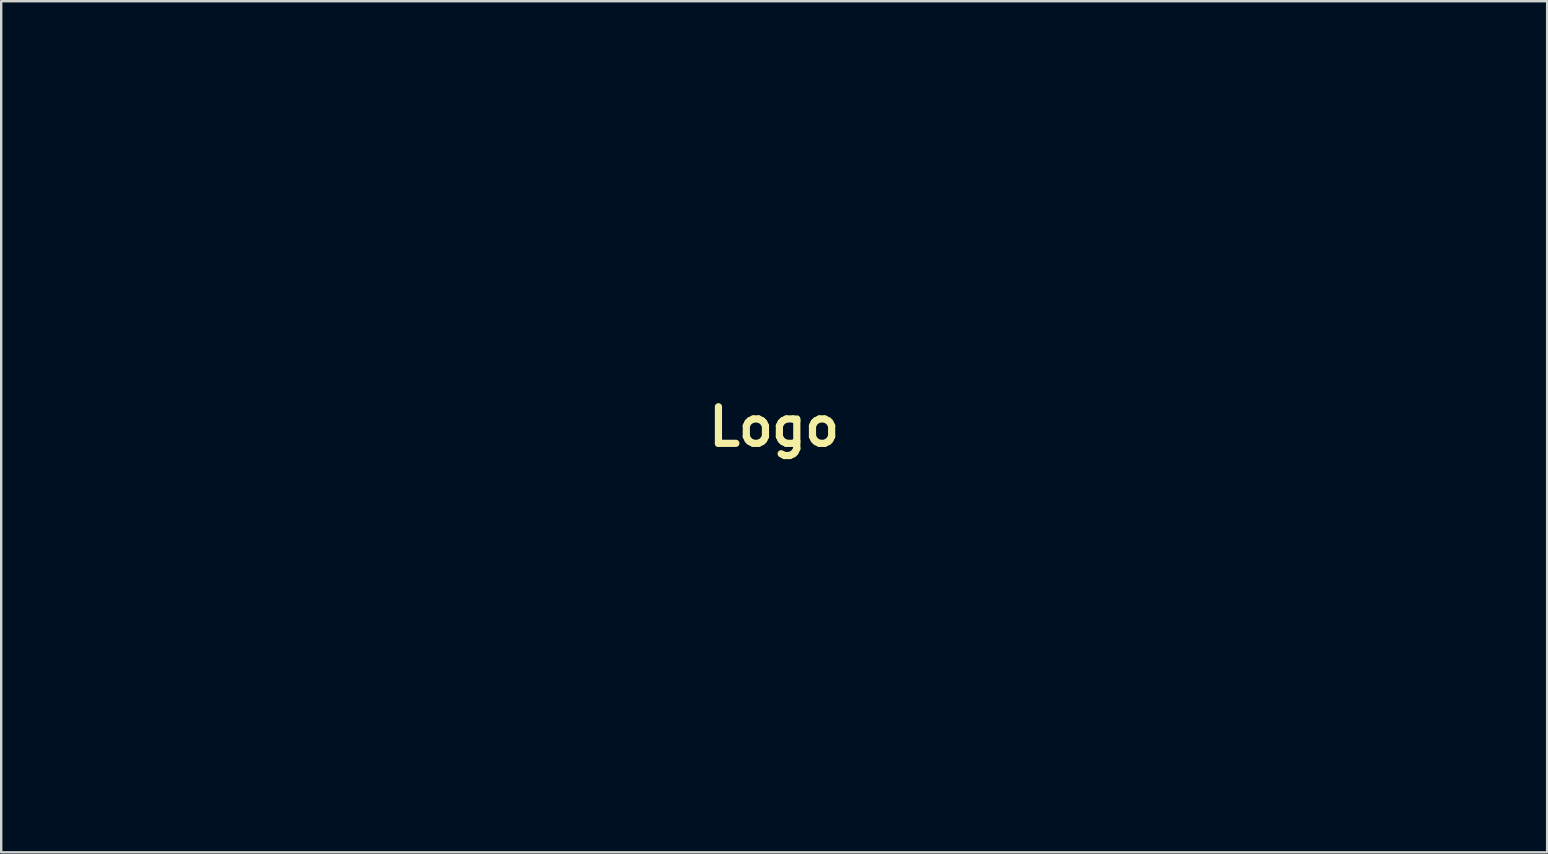
<source format=kicad_pcb>
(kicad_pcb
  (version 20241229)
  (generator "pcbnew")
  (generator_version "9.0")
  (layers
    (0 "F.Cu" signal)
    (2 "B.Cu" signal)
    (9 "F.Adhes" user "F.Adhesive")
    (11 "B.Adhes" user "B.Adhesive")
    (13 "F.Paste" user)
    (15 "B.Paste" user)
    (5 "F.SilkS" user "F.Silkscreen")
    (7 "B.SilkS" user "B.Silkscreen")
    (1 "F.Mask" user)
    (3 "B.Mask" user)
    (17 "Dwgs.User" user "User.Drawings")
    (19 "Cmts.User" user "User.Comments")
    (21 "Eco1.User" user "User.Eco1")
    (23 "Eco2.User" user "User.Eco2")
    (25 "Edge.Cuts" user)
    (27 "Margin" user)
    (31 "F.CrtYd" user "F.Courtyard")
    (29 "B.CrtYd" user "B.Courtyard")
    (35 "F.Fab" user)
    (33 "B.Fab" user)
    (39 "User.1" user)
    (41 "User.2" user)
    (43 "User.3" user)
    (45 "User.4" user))
  (footprint "Logo"
    (layer "F.Cu")
    (at 29.215 14.737)
    (property "Reference" "Logo" (at 0 0 0) (layer "F.SilkS") (effects (font (size 1.524 1.524) (thickness 0.3))))
    (attr through_hole)
    (fp_poly (pts (xy -7.705 10.88) (xy -7.747 10.922) (xy -7.789 10.88) (xy -7.747 10.837) (xy -7.705 10.88)) (stroke (width 0.01) (type solid)) (fill no) (layer "Eco2.User"))
    (fp_poly (pts (xy 2.286 10.541) (xy 2.244 10.583) (xy 2.201 10.541) (xy 2.244 10.499) (xy 2.286 10.541)) (stroke (width 0.01) (type solid)) (fill no) (layer "Eco2.User"))
    (fp_poly (pts (xy 12.531 10.795) (xy 12.488 10.837) (xy 12.446 10.795) (xy 12.488 10.753) (xy 12.531 10.795)) (stroke (width 0.01) (type solid)) (fill no) (layer "Eco2.User"))
    (fp_poly (pts (xy 20.828 12.573) (xy 20.786 12.615) (xy 20.743 12.573) (xy 20.786 12.531) (xy 20.828 12.573)) (stroke (width 0.01) (type solid)) (fill no) (layer "Eco2.User"))
    (fp_poly (pts (xy 21.844 10.626) (xy 21.802 10.668) (xy 21.759 10.626) (xy 21.802 10.583) (xy 21.844 10.626)) (stroke (width 0.01) (type solid)) (fill no) (layer "Eco2.User"))
    (fp_poly (pts (xy -5.278 0.79) (xy -5.267 0.891) (xy -5.278 0.903) (xy -5.328 0.891) (xy -5.334 0.847) (xy -5.303 0.777) (xy -5.278 0.79)) (stroke (width 0.01) (type solid)) (fill no) (layer "Eco2.User"))
    (fp_poly (pts (xy 29.21 14.732) (xy -29.21 14.732) (xy -29.21 12.911) (xy -24.734 12.911) (xy -24.653 13.03) (xy -24.541 13.129) (xy -24.453 13.151) (xy -24.363 13.178) (xy -24.348 13.198) (xy -24.236 13.242) (xy -24.001 13.259) (xy -23.69 13.251) (xy -23.346 13.223) (xy -23.014 13.178) (xy -22.738 13.119) (xy -22.579 13.06) (xy -22.365 12.929) (xy -22.257 12.849) (xy -20.151 12.849) (xy -20.083 12.953) (xy -19.919 13.085) (xy -19.718 13.203) (xy -19.54 13.269) (xy -19.535 13.269) (xy -19.379 13.303) (xy -19.328 13.325) (xy -19.233 13.337) (xy -19.069 13.326) (xy -18.811 13.3) (xy -18.557 13.278) (xy -18.354 13.247) (xy -18.24 13.198) (xy -18.237 13.194) (xy -18.137 13.163) (xy -18.074 13.178) (xy -17.963 13.164) (xy -17.942 13.111) (xy -17.927 12.934) (xy -17.914 12.811) (xy -17.918 12.742) (xy -16.002 12.742) (xy -15.96 12.785) (xy -15.917 12.742) (xy -15.96 12.7) (xy -16.002 12.742) (xy -17.918 12.742) (xy -17.921 12.681) (xy -18.008 12.687) (xy -18.043 12.705) (xy -18.184 12.737) (xy -18.454 12.762) (xy -18.813 12.779) (xy -19.171 12.785) (xy -19.556 12.79) (xy -19.87 12.804) (xy -20.079 12.825) (xy -20.151 12.849) (xy -22.257 12.849) (xy -22.207 12.813) (xy -22.199 12.806) (xy -22.06 12.715) (xy -22.002 12.7) (xy -21.957 12.648) (xy -21.971 12.615) (xy -21.965 12.537) (xy -21.935 12.531) (xy -21.84 12.456) (xy -21.738 12.266) (xy -21.651 12.013) (xy -21.598 11.751) (xy -21.59 11.631) (xy -21.612 11.44) (xy -21.666 11.347) (xy -21.675 11.345) (xy -21.75 11.298) (xy -21.75 11.282) (xy -21.773 11.105) (xy -21.858 10.933) (xy -21.967 10.84) (xy -21.986 10.837) (xy -22.066 10.794) (xy -22.056 10.753) (xy -22.06 10.708) (xy -20.066 10.708) (xy -20.06 10.811) (xy -20.019 10.875) (xy -19.909 10.908) (xy -19.698 10.92) (xy -19.351 10.922) (xy -19.344 10.922) (xy -18.979 10.928) (xy -18.75 10.949) (xy -18.624 10.991) (xy -18.568 11.061) (xy -18.541 11.24) (xy -18.631 11.366) (xy -18.854 11.447) (xy -19.223 11.49) (xy -19.376 11.497) (xy -20.066 11.522) (xy -20.066 12.101) (xy -19.198 12.129) (xy -18.838 12.142) (xy -18.55 12.155) (xy -18.371 12.167) (xy -18.329 12.174) (xy -18.328 12.15) (xy -18.203 12.15) (xy -18.161 12.192) (xy -18.119 12.15) (xy -18.161 12.107) (xy -18.203 12.15) (xy -18.328 12.15) (xy -18.327 12.113) (xy -18.323 11.94) (xy -18.322 11.917) (xy -18.31 11.54) (xy -18.297 11.388) (xy -18.203 11.388) (xy -18.161 11.43) (xy -18.119 11.388) (xy -18.161 11.345) (xy -16.341 11.345) (xy -16.31 11.415) (xy -16.284 11.402) (xy -16.282 11.384) (xy -16.153 11.384) (xy -16.12 11.457) (xy -16.007 11.611) (xy -15.949 11.681) (xy -15.812 11.863) (xy -15.785 11.969) (xy -15.84 12.029) (xy -15.825 12.067) (xy -15.652 12.092) (xy -15.332 12.105) (xy -15.193 12.106) (xy -14.733 12.093) (xy -14.425 12.053) (xy -14.262 11.988) (xy -14.155 11.896) (xy -14.184 11.836) (xy -14.31 11.775) (xy -14.465 11.725) (xy -14.724 11.657) (xy -15.046 11.582) (xy -15.388 11.508) (xy -15.71 11.444) (xy -15.97 11.398) (xy -16.127 11.38) (xy -16.153 11.384) (xy -16.282 11.384) (xy -16.274 11.301) (xy -16.284 11.289) (xy -16.335 11.301) (xy -16.341 11.345) (xy -18.161 11.345) (xy -18.203 11.388) (xy -18.297 11.388) (xy -18.29 11.3) (xy -18.253 11.162) (xy -18.193 11.094) (xy -18.128 11.069) (xy -18.015 10.989) (xy -17.954 10.799) (xy -17.938 10.657) (xy -17.935 10.623) (xy -15.986 10.623) (xy -15.961 10.683) (xy -15.832 10.744) (xy -15.66 10.799) (xy -15.369 10.873) (xy -15.007 10.954) (xy -14.774 11.002) (xy -14.371 11.087) (xy -14.096 11.164) (xy -13.908 11.247) (xy -13.767 11.353) (xy -13.695 11.428) (xy -13.507 11.706) (xy -13.481 11.96) (xy -13.619 12.211) (xy -13.76 12.351) (xy -13.986 12.526) (xy -14.215 12.64) (xy -14.494 12.705) (xy -14.867 12.734) (xy -15.165 12.739) (xy -15.489 12.743) (xy -15.675 12.757) (xy -15.753 12.792) (xy -15.753 12.859) (xy -15.722 12.935) (xy -15.586 13.101) (xy -15.458 13.168) (xy -15.031 13.259) (xy -14.725 13.304) (xy -14.502 13.306) (xy -14.357 13.279) (xy -14.17 13.243) (xy -14.068 13.251) (xy -14.068 13.251) (xy -13.979 13.24) (xy -13.914 13.197) (xy -13.819 13.146) (xy -13.801 13.165) (xy -13.746 13.176) (xy -13.611 13.104) (xy -13.442 12.98) (xy -13.284 12.838) (xy -13.208 12.749) (xy -13.191 12.716) (xy -11.619 12.716) (xy -11.511 12.727) (xy -11.375 12.713) (xy -11.197 12.681) (xy -11.141 12.647) (xy -11.158 12.637) (xy -11.224 12.575) (xy -11.169 12.48) (xy -11.149 12.44) (xy -9.433 12.44) (xy -9.225 12.662) (xy -8.868 12.933) (xy -8.405 13.125) (xy -7.884 13.229) (xy -7.353 13.239) (xy -6.86 13.147) (xy -6.69 13.082) (xy -6.404 12.87) (xy -6.332 12.742) (xy -4.911 12.742) (xy -4.868 12.785) (xy -4.826 12.742) (xy -4.868 12.7) (xy -4.911 12.742) (xy -6.332 12.742) (xy -6.234 12.57) (xy -6.19 12.244) (xy -4.679 12.244) (xy -4.667 12.53) (xy -4.635 12.689) (xy -4.593 12.739) (xy -4.389 12.738) (xy -4.227 12.605) (xy -4.188 12.522) (xy -4.115 12.411) (xy -4.058 12.407) (xy -3.984 12.407) (xy -3.979 12.387) (xy -3.916 12.293) (xy -3.808 12.21) (xy -3.642 12.16) (xy -3.441 12.209) (xy -3.186 12.369) (xy -2.854 12.65) (xy -2.74 12.757) (xy -2.44 12.955) (xy -2.118 13.031) (xy -1.82 12.98) (xy -1.63 12.848) (xy -1.627 12.844) (xy 0.086 12.844) (xy 0.101 12.919) (xy 0.225 13.021) (xy 0.407 13.122) (xy 0.599 13.192) (xy 0.699 13.206) (xy 0.867 13.236) (xy 0.931 13.298) (xy 0.974 13.357) (xy 0.995 13.35) (xy 1.108 13.319) (xy 1.333 13.279) (xy 1.524 13.252) (xy 1.802 13.217) (xy 2.018 13.192) (xy 2.095 13.185) (xy 2.167 13.156) (xy 2.16 13.138) (xy 2.169 13.048) (xy 2.212 12.983) (xy 2.225 12.96) (xy 4.335 12.96) (xy 4.429 13.088) (xy 4.487 13.122) (xy 4.668 13.21) (xy 4.784 13.268) (xy 4.954 13.325) (xy 5.038 13.325) (xy 5.165 13.301) (xy 5.399 13.274) (xy 5.57 13.259) (xy 5.847 13.221) (xy 6.057 13.166) (xy 6.181 13.166) (xy 6.223 13.208) (xy 6.265 13.166) (xy 6.223 13.123) (xy 6.181 13.166) (xy 6.057 13.166) (xy 6.062 13.164) (xy 6.133 13.128) (xy 6.269 13.051) (xy 6.32 13.045) (xy 6.469 13.03) (xy 6.642 12.97) (xy 6.759 12.894) (xy 6.773 12.865) (xy 6.843 12.787) (xy 6.944 12.742) (xy 7.06 12.669) (xy 7.063 12.64) (xy 12.544 12.64) (xy 12.565 12.687) (xy 12.65 12.778) (xy 12.655 12.776) (xy 12.865 12.776) (xy 12.909 12.891) (xy 13.043 12.966) (xy 13.06 12.969) (xy 13.299 12.982) (xy 13.541 12.962) (xy 13.727 12.918) (xy 13.801 12.86) (xy 13.872 12.808) (xy 14.035 12.786) (xy 14.215 12.797) (xy 14.337 12.842) (xy 14.339 12.844) (xy 14.522 12.928) (xy 14.859 12.969) (xy 15.002 12.973) (xy 15.302 12.917) (xy 15.528 12.765) (xy 15.539 12.742) (xy 23.199 12.742) (xy 23.241 12.785) (xy 23.283 12.742) (xy 23.241 12.7) (xy 23.199 12.742) (xy 15.539 12.742) (xy 15.581 12.658) (xy 17.611 12.658) (xy 17.653 12.7) (xy 17.695 12.658) (xy 17.681 12.644) (xy 17.808 12.644) (xy 17.82 12.694) (xy 17.865 12.7) (xy 17.934 12.669) (xy 17.921 12.644) (xy 17.821 12.633) (xy 17.808 12.644) (xy 17.681 12.644) (xy 17.653 12.615) (xy 17.611 12.658) (xy 15.581 12.658) (xy 15.633 12.554) (xy 15.701 12.397) (xy 15.787 12.28) (xy 15.885 12.135) (xy 15.902 12.054) (xy 15.916 11.933) (xy 15.978 11.729) (xy 15.994 11.684) (xy 15.999 11.666) (xy 17.695 11.666) (xy 17.698 12.047) (xy 17.71 12.29) (xy 17.737 12.427) (xy 17.787 12.489) (xy 17.864 12.507) (xy 17.865 12.507) (xy 18.012 12.46) (xy 18.034 12.404) (xy 20.534 12.404) (xy 20.574 12.603) (xy 20.69 12.685) (xy 20.834 12.633) (xy 20.857 12.603) (xy 23.417 12.603) (xy 23.422 12.704) (xy 23.525 12.758) (xy 23.61 12.742) (xy 25.823 12.742) (xy 25.866 12.785) (xy 25.908 12.742) (xy 25.866 12.7) (xy 25.823 12.742) (xy 23.61 12.742) (xy 23.717 12.722) (xy 23.956 12.61) (xy 24.088 12.517) (xy 26.055 12.517) (xy 26.06 12.634) (xy 26.061 12.636) (xy 26.16 12.7) (xy 26.305 12.684) (xy 26.407 12.607) (xy 26.416 12.57) (xy 26.456 12.488) (xy 26.501 12.488) (xy 26.543 12.531) (xy 26.585 12.488) (xy 26.543 12.446) (xy 26.501 12.488) (xy 26.456 12.488) (xy 26.484 12.429) (xy 26.543 12.392) (xy 26.61 12.325) (xy 26.65 12.167) (xy 26.668 11.889) (xy 26.67 11.672) (xy 26.662 11.314) (xy 26.635 11.093) (xy 26.584 10.98) (xy 26.543 10.953) (xy 26.43 10.846) (xy 26.416 10.786) (xy 26.348 10.682) (xy 26.289 10.668) (xy 26.166 10.61) (xy 26.145 10.562) (xy 26.135 10.6) (xy 26.12 10.779) (xy 26.103 11.072) (xy 26.084 11.45) (xy 26.081 11.515) (xy 26.066 11.923) (xy 26.057 12.268) (xy 26.055 12.517) (xy 24.088 12.517) (xy 24.192 12.443) (xy 24.553 12.21) (xy 24.917 12.114) (xy 25.25 12.161) (xy 25.316 12.192) (xy 25.419 12.233) (xy 25.468 12.188) (xy 25.484 12.023) (xy 25.485 11.899) (xy 25.485 11.515) (xy 23.467 11.515) (xy 23.435 12.086) (xy 23.421 12.381) (xy 23.417 12.603) (xy 20.857 12.603) (xy 20.914 12.529) (xy 20.966 12.361) (xy 20.954 12.275) (xy 20.964 12.198) (xy 20.996 12.192) (xy 21.073 12.127) (xy 21.074 12.086) (xy 21.081 11.929) (xy 21.12 11.723) (xy 21.176 11.536) (xy 21.231 11.434) (xy 21.241 11.43) (xy 21.308 11.361) (xy 21.399 11.193) (xy 21.407 11.176) (xy 21.504 11.016) (xy 21.59 10.966) (xy 21.597 10.969) (xy 21.663 10.945) (xy 21.667 10.922) (xy 23.453 10.922) (xy 24.024 10.909) (xy 24.198 10.902) (xy 25.267 10.902) (xy 25.351 10.915) (xy 25.46 10.9) (xy 25.462 10.871) (xy 25.348 10.851) (xy 25.299 10.864) (xy 25.267 10.902) (xy 24.198 10.902) (xy 24.267 10.899) (xy 24.387 10.882) (xy 24.361 10.864) (xy 24.342 10.86) (xy 24.133 10.81) (xy 24.007 10.746) (xy 23.864 10.683) (xy 23.738 10.668) (xy 23.569 10.608) (xy 23.511 10.52) (xy 23.483 10.49) (xy 23.465 10.605) (xy 23.462 10.647) (xy 23.453 10.922) (xy 21.667 10.922) (xy 21.675 10.88) (xy 21.712 10.786) (xy 21.753 10.791) (xy 21.853 10.791) (xy 21.901 10.694) (xy 21.866 10.573) (xy 21.854 10.559) (xy 21.771 10.438) (xy 21.775 10.363) (xy 21.857 10.38) (xy 21.918 10.393) (xy 21.908 10.364) (xy 21.806 10.33) (xy 21.581 10.312) (xy 21.277 10.313) (xy 21.217 10.315) (xy 20.574 10.343) (xy 20.56 11.289) (xy 20.553 11.688) (xy 20.545 12.037) (xy 20.539 12.293) (xy 20.534 12.404) (xy 18.034 12.404) (xy 18.045 12.377) (xy 18.051 12.184) (xy 18.05 12) (xy 18.074 11.834) (xy 18.146 11.822) (xy 18.194 11.832) (xy 18.14 11.764) (xy 18.053 11.636) (xy 18.04 11.547) (xy 18.107 11.55) (xy 18.11 11.552) (xy 18.199 11.529) (xy 18.234 11.472) (xy 18.233 11.363) (xy 18.196 11.345) (xy 18.143 11.297) (xy 18.152 11.274) (xy 18.143 11.153) (xy 18.047 10.997) (xy 17.912 10.872) (xy 17.818 10.837) (xy 17.76 10.869) (xy 17.723 10.983) (xy 17.703 11.206) (xy 17.696 11.565) (xy 17.695 11.666) (xy 15.999 11.666) (xy 16.103 11.315) (xy 16.127 11.013) (xy 16.067 10.809) (xy 16.008 10.756) (xy 15.845 10.718) (xy 15.775 10.737) (xy 15.704 10.832) (xy 15.577 11.047) (xy 15.411 11.352) (xy 15.224 11.715) (xy 15.211 11.741) (xy 15.024 12.106) (xy 14.858 12.414) (xy 14.731 12.633) (xy 14.66 12.734) (xy 14.658 12.736) (xy 14.534 12.761) (xy 14.397 12.674) (xy 14.232 12.462) (xy 14.025 12.107) (xy 13.998 12.057) (xy 13.657 11.42) (xy 13.334 12.039) (xy 13.177 12.328) (xy 13.042 12.552) (xy 12.954 12.675) (xy 12.94 12.686) (xy 12.865 12.776) (xy 12.655 12.776) (xy 12.699 12.759) (xy 12.7 12.747) (xy 12.64 12.676) (xy 12.602 12.65) (xy 12.544 12.64) (xy 7.063 12.64) (xy 7.066 12.609) (xy 7.066 12.535) (xy 7.086 12.53) (xy 7.138 12.488) (xy 12.446 12.488) (xy 12.488 12.531) (xy 12.531 12.488) (xy 12.488 12.446) (xy 12.446 12.488) (xy 7.138 12.488) (xy 7.181 12.454) (xy 7.245 12.319) (xy 12.361 12.319) (xy 12.404 12.361) (xy 12.446 12.319) (xy 12.404 12.277) (xy 12.361 12.319) (xy 7.245 12.319) (xy 7.272 12.262) (xy 7.302 12.15) (xy 12.277 12.15) (xy 12.319 12.192) (xy 12.361 12.15) (xy 12.319 12.107) (xy 12.277 12.15) (xy 7.302 12.15) (xy 7.34 12.007) (xy 7.343 11.98) (xy 12.192 11.98) (xy 12.234 12.023) (xy 12.277 11.98) (xy 12.234 11.938) (xy 12.192 11.98) (xy 7.343 11.98) (xy 7.366 11.749) (xy 7.288 11.27) (xy 7.068 10.848) (xy 6.947 10.715) (xy 12.438 10.715) (xy 12.439 10.803) (xy 12.497 10.986) (xy 12.589 11.209) (xy 12.693 11.421) (xy 12.784 11.566) (xy 12.826 11.599) (xy 12.886 11.532) (xy 12.983 11.366) (xy 13.005 11.324) (xy 13.081 11.161) (xy 13.091 11.122) (xy 14.241 11.122) (xy 14.376 11.404) (xy 14.476 11.581) (xy 14.556 11.608) (xy 14.644 11.481) (xy 14.704 11.345) (xy 14.751 11.201) (xy 14.699 11.142) (xy 14.517 11.128) (xy 14.241 11.122) (xy 13.091 11.122) (xy 13.097 11.096) (xy 13.089 11.101) (xy 12.999 11.082) (xy 12.841 10.971) (xy 12.773 10.911) (xy 12.597 10.771) (xy 12.465 10.711) (xy 12.438 10.715) (xy 6.947 10.715) (xy 6.906 10.67) (xy 6.767 10.541) (xy 15.748 10.541) (xy 15.79 10.583) (xy 15.833 10.541) (xy 15.829 10.537) (xy 19.578 10.537) (xy 19.631 10.739) (xy 19.782 10.889) (xy 19.875 10.919) (xy 19.89 10.848) (xy 19.897 10.67) (xy 19.897 10.663) (xy 19.874 10.494) (xy 19.815 10.455) (xy 19.812 10.456) (xy 19.734 10.45) (xy 19.727 10.419) (xy 19.699 10.325) (xy 19.639 10.354) (xy 19.587 10.476) (xy 19.578 10.537) (xy 15.829 10.537) (xy 15.79 10.499) (xy 15.748 10.541) (xy 6.767 10.541) (xy 6.678 10.459) (xy 6.81 10.712) (xy 6.926 11.106) (xy 6.896 11.523) (xy 6.732 11.925) (xy 6.446 12.274) (xy 6.266 12.413) (xy 5.948 12.56) (xy 5.503 12.677) (xy 4.974 12.754) (xy 4.502 12.781) (xy 4.36 12.837) (xy 4.335 12.96) (xy 2.225 12.96) (xy 2.25 12.912) (xy 4.149 12.912) (xy 4.191 12.954) (xy 4.233 12.912) (xy 4.191 12.869) (xy 4.149 12.912) (xy 2.25 12.912) (xy 2.262 12.889) (xy 2.207 12.869) (xy 2.144 12.823) (xy 2.154 12.793) (xy 2.092 12.771) (xy 1.899 12.759) (xy 1.614 12.756) (xy 1.273 12.759) (xy 0.917 12.77) (xy 0.582 12.785) (xy 0.306 12.805) (xy 0.129 12.829) (xy 0.086 12.844) (xy -1.627 12.844) (xy -1.54 12.725) (xy -1.486 12.568) (xy -1.478 12.488) (xy 2.286 12.488) (xy 2.328 12.531) (xy 2.371 12.488) (xy 2.328 12.446) (xy 2.286 12.488) (xy -1.478 12.488) (xy -1.461 12.332) (xy -1.454 11.972) (xy -1.454 11.959) (xy -1.474 11.512) (xy -1.528 11.16) (xy -1.609 10.927) (xy -1.714 10.838) (xy -1.719 10.838) (xy -1.75 10.784) (xy -1.736 10.753) (xy -1.762 10.686) (xy -1.858 10.668) (xy -1.934 10.678) (xy -1.984 10.727) (xy -2.013 10.844) (xy -2.027 11.06) (xy -2.032 11.403) (xy -2.032 11.593) (xy -2.037 12.031) (xy -2.056 12.33) (xy -2.092 12.521) (xy -2.149 12.634) (xy -2.165 12.651) (xy -2.237 12.711) (xy -2.316 12.733) (xy -2.421 12.703) (xy -2.571 12.611) (xy -2.786 12.443) (xy -3.085 12.188) (xy -3.488 11.833) (xy -3.555 11.773) (xy -3.893 11.477) (xy -4.187 11.226) (xy -4.415 11.039) (xy -4.552 10.936) (xy -4.58 10.922) (xy -4.609 11.001) (xy -4.637 11.214) (xy -4.66 11.526) (xy -4.672 11.81) (xy -4.679 12.244) (xy -6.19 12.244) (xy -6.188 12.229) (xy -6.277 11.892) (xy -6.392 11.718) (xy -6.534 11.538) (xy -6.614 11.404) (xy -6.619 11.388) (xy -6.633 11.42) (xy -6.655 11.585) (xy -6.682 11.848) (xy -6.682 11.853) (xy -6.713 12.152) (xy -6.758 12.331) (xy -6.843 12.442) (xy -6.995 12.532) (xy -7.06 12.564) (xy -7.393 12.668) (xy -7.825 12.723) (xy -8.294 12.728) (xy -8.737 12.682) (xy -9.091 12.587) (xy -9.098 12.584) (xy -9.433 12.44) (xy -11.149 12.44) (xy -11.12 12.382) (xy -11.144 12.36) (xy -11.159 12.325) (xy -11.152 12.319) (xy -9.652 12.319) (xy -9.61 12.361) (xy -9.567 12.319) (xy -9.61 12.277) (xy -9.652 12.319) (xy -11.152 12.319) (xy -11.124 12.297) (xy -11.047 12.164) (xy -10.998 11.927) (xy -10.981 11.649) (xy -10.999 11.394) (xy -11.018 11.337) (xy -9.454 11.337) (xy -9.335 11.62) (xy -9.066 11.866) (xy -8.945 11.933) (xy -8.706 12.037) (xy -8.515 12.096) (xy -8.467 12.101) (xy -8.382 12.088) (xy -8.432 12.057) (xy -7.737 12.057) (xy -7.72 12.104) (xy -7.682 12.107) (xy -7.482 12.077) (xy -7.415 12.056) (xy -7.314 11.967) (xy -7.28 11.847) (xy -7.329 11.772) (xy -7.353 11.769) (xy -7.462 11.819) (xy -7.62 11.938) (xy -7.737 12.057) (xy -8.432 12.057) (xy -8.455 12.043) (xy -8.467 12.038) (xy -8.554 11.931) (xy -8.6 11.753) (xy -8.599 11.57) (xy -8.548 11.447) (xy -8.504 11.43) (xy -8.391 11.36) (xy -8.342 11.268) (xy -8.309 11.218) (xy -8.128 11.218) (xy -8.086 11.261) (xy -8.043 11.218) (xy -8.086 11.176) (xy -8.128 11.218) (xy -8.309 11.218) (xy -8.238 11.111) (xy -8.09 11.043) (xy -7.961 11.089) (xy -7.946 11.11) (xy -7.886 11.162) (xy -7.875 11.124) (xy -7.863 11.116) (xy -6.844 11.116) (xy -6.824 11.163) (xy -6.739 11.254) (xy -6.689 11.235) (xy -6.689 11.223) (xy -6.749 11.152) (xy -6.786 11.126) (xy -6.844 11.116) (xy -7.863 11.116) (xy -7.794 11.067) (xy -7.565 11.04) (xy -7.388 11.039) (xy -6.901 11.049) (xy -6.893 10.643) (xy -6.898 10.493) (xy -3.968 10.493) (xy -3.864 10.611) (xy -3.673 10.803) (xy -3.471 10.996) (xy -3.2 11.245) (xy -2.972 11.443) (xy -2.817 11.567) (xy -2.767 11.596) (xy -2.723 11.528) (xy -2.725 11.409) (xy -2.825 11.235) (xy -2.966 11.177) (xy -3.153 11.095) (xy -3.387 10.935) (xy -3.502 10.837) (xy -3.717 10.652) (xy -3.9 10.511) (xy -3.966 10.47) (xy -3.968 10.493) (xy -6.898 10.493) (xy -6.9 10.431) (xy -6.9 10.431) (xy 0.169 10.431) (xy 0.169 10.922) (xy 0.836 10.922) (xy 1.276 10.944) (xy 1.557 11.011) (xy 1.684 11.127) (xy 1.66 11.292) (xy 1.637 11.331) (xy 1.548 11.407) (xy 1.375 11.457) (xy 1.084 11.486) (xy 0.859 11.497) (xy 0.169 11.522) (xy 0.169 12.101) (xy 0.995 12.129) (xy 1.357 12.142) (xy 1.658 12.156) (xy 1.854 12.168) (xy 1.905 12.173) (xy 1.942 12.159) (xy 1.905 12.127) (xy 1.891 12.107) (xy 4.312 12.107) (xy 4.887 12.096) (xy 5.142 12.086) (xy 5.286 12.07) (xy 5.29 12.051) (xy 5.279 12.049) (xy 5.11 11.95) (xy 5.053 11.737) (xy 5.087 11.472) (xy 5.13 11.335) (xy 5.158 11.333) (xy 5.16 11.345) (xy 5.193 11.389) (xy 5.252 11.282) (xy 5.397 11.124) (xy 5.634 11.07) (xy 5.923 11.123) (xy 6.164 11.243) (xy 6.308 11.33) (xy 6.344 11.306) (xy 6.309 11.172) (xy 6.152 10.856) (xy 5.89 10.629) (xy 5.506 10.482) (xy 4.984 10.406) (xy 4.868 10.398) (xy 4.36 10.372) (xy 4.336 11.239) (xy 4.312 12.107) (xy 1.891 12.107) (xy 1.834 12.029) (xy 1.793 11.899) (xy 1.797 11.803) (xy 1.842 11.798) (xy 1.887 11.757) (xy 1.903 11.595) (xy 1.902 11.552) (xy 1.912 11.359) (xy 1.955 11.263) (xy 1.965 11.261) (xy 2.006 11.209) (xy 1.995 11.185) (xy 2.018 11.095) (xy 2.075 11.061) (xy 2.182 10.945) (xy 2.201 10.854) (xy 2.229 10.692) (xy 2.258 10.639) (xy 2.31 10.527) (xy 2.325 10.379) (xy 2.304 10.26) (xy 2.251 10.237) (xy 2.246 10.24) (xy 2.131 10.272) (xy 1.884 10.308) (xy 1.542 10.342) (xy 1.164 10.37) (xy 0.169 10.431) (xy -6.9 10.431) (xy -6.927 10.331) (xy -6.95 10.342) (xy -7.052 10.396) (xy -7.285 10.424) (xy -7.665 10.428) (xy -7.779 10.425) (xy -8.204 10.422) (xy -8.514 10.447) (xy -8.762 10.507) (xy -8.914 10.566) (xy -9.242 10.781) (xy -9.423 11.047) (xy -9.454 11.337) (xy -11.018 11.337) (xy -11.056 11.226) (xy -11.067 11.213) (xy -11.136 11.115) (xy -11.084 11.091) (xy -11.044 11.046) (xy -11.121 10.936) (xy -11.206 10.798) (xy -11.2 10.72) (xy -11.209 10.693) (xy -11.278 10.712) (xy -11.397 10.704) (xy -11.455 10.569) (xy -11.469 10.573) (xy -11.479 10.723) (xy -11.484 10.993) (xy -11.484 11.359) (xy -11.483 11.472) (xy -11.483 11.96) (xy -11.495 12.302) (xy -11.522 12.52) (xy -11.564 12.638) (xy -11.587 12.663) (xy -11.619 12.716) (xy -13.191 12.716) (xy -13.097 12.532) (xy -13.083 12.294) (xy -13.17 11.998) (xy -13.338 11.653) (xy -13.472 11.383) (xy -13.554 11.171) (xy -13.569 11.059) (xy -13.566 11.054) (xy -13.527 10.938) (xy -13.501 10.719) (xy -13.497 10.614) (xy -13.505 10.41) (xy -13.534 10.328) (xy -13.555 10.343) (xy -13.636 10.391) (xy -13.822 10.42) (xy -14.133 10.432) (xy -14.59 10.428) (xy -14.664 10.426) (xy -15.136 10.42) (xy -15.469 10.429) (xy -15.691 10.455) (xy -15.831 10.501) (xy -15.874 10.528) (xy -15.986 10.623) (xy -17.935 10.623) (xy -17.928 10.541) (xy -17.865 10.541) (xy -17.822 10.583) (xy -17.78 10.541) (xy -17.822 10.499) (xy -17.865 10.541) (xy -17.928 10.541) (xy -17.907 10.287) (xy -18.881 10.355) (xy -19.277 10.385) (xy -19.615 10.415) (xy -19.857 10.441) (xy -19.96 10.458) (xy -20.04 10.56) (xy -20.066 10.708) (xy -22.06 10.708) (xy -22.062 10.675) (xy -22.093 10.668) (xy -22.158 10.672) (xy -22.175 10.714) (xy -22.145 10.844) (xy -22.104 10.984) (xy -22.076 11.371) (xy -22.192 11.766) (xy -22.431 12.131) (xy -22.774 12.431) (xy -22.934 12.523) (xy -23.187 12.61) (xy -23.548 12.685) (xy -23.953 12.734) (xy -24.286 12.765) (xy -24.554 12.797) (xy -24.712 12.825) (xy -24.733 12.833) (xy -24.734 12.911) (xy -29.21 12.911) (xy -29.21 11.261) (xy -24.638 11.261) (xy -24.638 12.107) (xy -23.975 12.107) (xy -23.978 12.065) (xy -23.791 12.065) (xy -23.749 12.107) (xy -23.707 12.065) (xy -23.749 12.023) (xy -23.791 12.065) (xy -23.978 12.065) (xy -24.001 11.776) (xy -23.995 11.524) (xy -23.924 11.388) (xy -23.876 11.388) (xy -23.834 11.43) (xy -23.791 11.388) (xy -23.834 11.345) (xy -23.876 11.388) (xy -23.924 11.388) (xy -23.904 11.348) (xy -23.81 11.255) (xy -23.504 11.072) (xy -23.205 11.046) (xy -22.936 11.18) (xy -22.897 11.216) (xy -22.691 11.422) (xy -22.691 11.227) (xy -22.759 11.01) (xy -22.932 10.776) (xy -23.161 10.581) (xy -23.304 10.507) (xy -23.492 10.465) (xy -23.558 10.456) (xy -22.352 10.456) (xy -22.31 10.499) (xy -22.267 10.456) (xy -22.31 10.414) (xy -22.352 10.456) (xy -23.558 10.456) (xy -23.782 10.429) (xy -24.107 10.404) (xy -24.4 10.397) (xy -24.532 10.403) (xy -24.585 10.463) (xy -24.618 10.642) (xy -24.635 10.958) (xy -24.638 11.261) (xy -29.21 11.261) (xy -29.21 9.779) (xy -23.707 9.779) (xy -23.664 9.821) (xy -23.622 9.779) (xy -23.664 9.737) (xy -23.707 9.779) (xy -29.21 9.779) (xy -29.21 8.424) (xy -24.826 8.424) (xy -24.669 8.612) (xy -24.612 8.683) (xy -24.56 8.745) (xy -24.504 8.8) (xy -24.434 8.849) (xy -24.339 8.89) (xy -24.21 8.926) (xy -24.039 8.957) (xy -23.814 8.982) (xy -23.526 9.002) (xy -23.166 9.018) (xy -22.723 9.03) (xy -22.189 9.039) (xy -21.553 9.044) (xy -20.806 9.047) (xy -19.938 9.048) (xy -18.94 9.047) (xy -17.801 9.045) (xy -16.512 9.042) (xy -15.065 9.038) (xy -13.637 9.035) (xy -12.369 9.031) (xy -11.25 9.028) (xy -10.273 9.024) (xy -9.426 9.019) (xy -8.7 9.014) (xy -8.087 9.008) (xy -7.575 9.001) (xy -7.155 8.992) (xy -6.818 8.983) (xy -6.555 8.971) (xy -6.354 8.958) (xy -6.208 8.943) (xy -6.106 8.926) (xy -6.039 8.906) (xy -5.997 8.884) (xy -5.978 8.869) (xy -5.84 8.755) (xy -5.764 8.721) (xy -5.692 8.651) (xy -5.59 8.476) (xy -5.553 8.399) (xy -5.502 8.257) (xy -5.463 8.075) (xy -5.434 7.827) (xy -5.414 7.489) (xy -5.401 7.034) (xy -5.393 6.438) (xy -5.392 6.367) (xy -5.384 5.85) (xy -5.371 5.395) (xy -5.354 5.029) (xy -5.334 4.776) (xy -5.313 4.661) (xy -5.308 4.657) (xy -5.281 4.601) (xy -5.304 4.553) (xy -5.327 4.43) (xy -5.327 4.424) (xy -3.396 4.424) (xy -3.326 4.539) (xy -3.331 4.572) (xy -3.308 4.628) (xy -3.196 4.774) (xy -3.067 4.924) (xy -2.696 5.328) (xy -2.396 5.637) (xy -2.176 5.84) (xy -2.05 5.925) (xy -2.038 5.927) (xy -1.918 5.98) (xy -1.844 6.042) (xy -1.718 6.137) (xy -1.488 6.285) (xy -1.199 6.458) (xy -1.13 6.497) (xy -0.555 6.766) (xy 0.089 6.955) (xy 0.847 7.075) (xy 0.883 7.079) (xy 1.101 7.108) (xy 1.232 7.137) (xy 1.245 7.143) (xy 1.339 7.154) (xy 1.562 7.153) (xy 1.869 7.142) (xy 2.221 7.123) (xy 2.576 7.097) (xy 2.794 7.077) (xy 3.019 7.051) (xy 3.257 7.012) (xy 3.556 6.953) (xy 3.963 6.865) (xy 4.066 6.843) (xy 4.232 6.763) (xy 4.301 6.71) (xy 4.467 6.617) (xy 4.544 6.604) (xy 4.697 6.557) (xy 4.898 6.444) (xy 4.919 6.429) (xy 5.079 6.328) (xy 5.161 6.302) (xy 5.165 6.308) (xy 5.223 6.286) (xy 5.377 6.176) (xy 5.593 6.001) (xy 5.609 5.987) (xy 5.853 5.789) (xy 6.017 5.686) (xy 6.148 5.661) (xy 6.291 5.693) (xy 6.304 5.697) (xy 6.463 5.782) (xy 6.698 5.941) (xy 6.973 6.146) (xy 7.248 6.365) (xy 7.485 6.568) (xy 7.646 6.726) (xy 7.691 6.788) (xy 7.771 6.825) (xy 7.787 6.817) (xy 7.897 6.82) (xy 8.116 6.869) (xy 8.343 6.937) (xy 8.76 7.033) (xy 9.264 7.087) (xy 9.795 7.099) (xy 10.294 7.067) (xy 10.702 6.991) (xy 10.765 6.971) (xy 11.022 6.891) (xy 11.231 6.84) (xy 11.282 6.833) (xy 11.408 6.791) (xy 11.43 6.753) (xy 11.504 6.712) (xy 11.686 6.701) (xy 11.726 6.703) (xy 11.922 6.731) (xy 12.02 6.772) (xy 12.023 6.78) (xy 12.103 6.832) (xy 12.328 6.878) (xy 12.672 6.915) (xy 13.111 6.94) (xy 13.62 6.952) (xy 13.928 6.952) (xy 14.944 6.943) (xy 15.492 6.355) (xy 15.473 5.125) (xy 17 5.125) (xy 17.187 5.442) (xy 17.357 5.673) (xy 17.603 5.941) (xy 17.887 6.21) (xy 18.168 6.444) (xy 18.407 6.606) (xy 18.521 6.657) (xy 18.669 6.724) (xy 18.711 6.783) (xy 18.782 6.849) (xy 18.86 6.863) (xy 19.037 6.894) (xy 19.274 6.964) (xy 19.304 6.974) (xy 19.507 7.019) (xy 19.813 7.054) (xy 20.177 7.078) (xy 20.557 7.09) (xy 20.91 7.089) (xy 21.191 7.073) (xy 21.358 7.041) (xy 21.377 7.031) (xy 21.509 6.975) (xy 21.737 6.918) (xy 21.822 6.903) (xy 22.052 6.853) (xy 22.2 6.798) (xy 22.221 6.78) (xy 22.33 6.73) (xy 22.531 6.707) (xy 22.749 6.712) (xy 22.909 6.745) (xy 22.943 6.77) (xy 23.053 6.84) (xy 23.243 6.895) (xy 23.45 6.917) (xy 23.771 6.933) (xy 24.167 6.942) (xy 24.6 6.945) (xy 25.031 6.942) (xy 25.421 6.933) (xy 25.731 6.918) (xy 25.923 6.897) (xy 25.953 6.889) (xy 26.129 6.782) (xy 26.255 6.637) (xy 26.282 6.511) (xy 26.276 6.499) (xy 26.295 6.436) (xy 26.311 6.435) (xy 26.335 6.355) (xy 26.353 6.134) (xy 26.364 5.801) (xy 26.367 5.385) (xy 26.365 5.101) (xy 26.358 4.579) (xy 26.352 3.944) (xy 26.348 3.249) (xy 26.345 2.551) (xy 26.344 1.947) (xy 26.343 1.27) (xy 26.342 0.72) (xy 26.339 0.252) (xy 26.334 -0.175) (xy 26.326 -0.605) (xy 26.316 -1.081) (xy 26.304 -1.588) (xy 26.305 -1.885) (xy 26.323 -2.103) (xy 26.353 -2.2) (xy 26.357 -2.201) (xy 26.389 -2.254) (xy 26.375 -2.284) (xy 26.362 -2.387) (xy 26.349 -2.637) (xy 26.338 -3.014) (xy 26.329 -3.496) (xy 26.322 -4.062) (xy 26.318 -4.691) (xy 26.317 -4.953) (xy 26.313 -5.598) (xy 26.304 -6.187) (xy 26.293 -6.699) (xy 26.278 -7.114) (xy 26.262 -7.41) (xy 26.244 -7.566) (xy 26.236 -7.584) (xy 26.172 -7.699) (xy 26.162 -7.776) (xy 26.095 -7.914) (xy 25.93 -8.059) (xy 25.903 -8.075) (xy 25.644 -8.228) (xy 25.696 5.63) (xy 25.889 5.99) (xy 26.081 6.35) (xy 22.606 6.35) (xy 22.606 6.103) (xy 22.59 5.817) (xy 22.526 5.685) (xy 22.389 5.695) (xy 22.154 5.833) (xy 22.125 5.853) (xy 21.521 6.177) (xy 20.833 6.394) (xy 20.112 6.495) (xy 19.409 6.47) (xy 19.07 6.404) (xy 18.463 6.208) (xy 17.958 5.945) (xy 17.488 5.58) (xy 17.42 5.518) (xy 17 5.125) (xy 15.473 5.125) (xy 15.469 4.85) (xy 16.778 4.85) (xy 16.798 4.898) (xy 16.883 4.988) (xy 16.933 4.97) (xy 16.933 4.958) (xy 16.873 4.886) (xy 16.836 4.86) (xy 16.778 4.85) (xy 15.469 4.85) (xy 15.465 4.596) (xy 16.608 4.596) (xy 16.629 4.644) (xy 16.714 4.734) (xy 16.763 4.716) (xy 16.764 4.704) (xy 16.704 4.632) (xy 16.666 4.606) (xy 16.608 4.596) (xy 15.465 4.596) (xy 15.456 4.022) (xy 16.341 4.022) (xy 16.383 4.064) (xy 16.425 4.022) (xy 16.383 3.979) (xy 16.341 4.022) (xy 15.456 4.022) (xy 15.453 3.791) (xy 15.444 3.26) (xy 16.087 3.26) (xy 16.129 3.302) (xy 16.171 3.26) (xy 16.129 3.217) (xy 16.087 3.26) (xy 15.444 3.26) (xy 15.437 2.777) (xy 15.42 1.915) (xy 15.412 1.586) (xy 19.402 1.586) (xy 19.415 2.057) (xy 19.433 2.396) (xy 19.461 2.641) (xy 19.507 2.829) (xy 19.577 2.998) (xy 19.677 3.186) (xy 19.691 3.211) (xy 19.956 3.577) (xy 20.263 3.837) (xy 20.579 3.965) (xy 20.7 3.974) (xy 20.821 3.965) (xy 20.786 3.934) (xy 20.701 3.898) (xy 20.559 3.781) (xy 20.411 3.573) (xy 20.374 3.502) (xy 20.339 3.429) (xy 22.267 3.429) (xy 22.31 3.471) (xy 22.352 3.429) (xy 22.31 3.387) (xy 22.267 3.429) (xy 20.339 3.429) (xy 20.256 3.26) (xy 20.159 3.063) (xy 20.141 3.028) (xy 20.101 2.857) (xy 20.075 2.558) (xy 20.064 2.171) (xy 20.065 1.737) (xy 20.08 1.297) (xy 20.106 0.892) (xy 20.143 0.561) (xy 20.189 0.349) (xy 20.253 0.139) (xy 20.272 0.015) (xy 20.264 0) (xy 20.266 -0.052) (xy 20.309 -0.114) (xy 20.37 -0.229) (xy 20.364 -0.267) (xy 20.384 -0.351) (xy 20.502 -0.498) (xy 20.677 -0.666) (xy 20.869 -0.819) (xy 21.022 -0.91) (xy 21.413 -1.006) (xy 21.828 -0.982) (xy 22.102 -0.887) (xy 22.352 -0.758) (xy 22.352 -1.049) (xy 22.336 -1.228) (xy 22.262 -1.351) (xy 22.091 -1.463) (xy 21.951 -1.534) (xy 21.617 -1.656) (xy 21.238 -1.742) (xy 21.083 -1.76) (xy 20.77 -1.766) (xy 20.544 -1.717) (xy 20.327 -1.596) (xy 20.322 -1.593) (xy 19.998 -1.309) (xy 19.749 -0.939) (xy 19.569 -0.468) (xy 19.455 0.12) (xy 19.402 0.84) (xy 19.402 1.586) (xy 15.412 1.586) (xy 15.403 1.191) (xy 15.382 0.588) (xy 15.359 0.091) (xy 15.33 -0.318) (xy 15.295 -0.653) (xy 15.253 -0.931) (xy 15.203 -1.168) (xy 15.144 -1.38) (xy 15.073 -1.582) (xy 15.058 -1.623) (xy 14.962 -1.889) (xy 14.897 -2.098) (xy 14.88 -2.18) (xy 14.806 -2.277) (xy 14.76 -2.286) (xy 14.657 -2.353) (xy 14.647 -2.399) (xy 14.589 -2.518) (xy 14.439 -2.695) (xy 14.329 -2.802) (xy 14.044 -3.055) (xy 13.873 -3.192) (xy 13.811 -3.216) (xy 13.85 -3.127) (xy 13.984 -2.929) (xy 13.99 -2.921) (xy 14.186 -2.601) (xy 14.375 -2.217) (xy 14.483 -1.947) (xy 14.529 -1.804) (xy 14.568 -1.66) (xy 14.6 -1.497) (xy 14.627 -1.297) (xy 14.649 -1.044) (xy 14.667 -0.719) (xy 14.683 -0.304) (xy 14.697 0.217) (xy 14.711 0.863) (xy 14.727 1.652) (xy 14.735 2.132) (xy 14.752 3.022) (xy 14.768 3.758) (xy 14.784 4.355) (xy 14.801 4.831) (xy 14.82 5.199) (xy 14.841 5.476) (xy 14.865 5.678) (xy 14.893 5.82) (xy 14.927 5.918) (xy 14.935 5.934) (xy 15.025 6.134) (xy 15.07 6.268) (xy 15.071 6.278) (xy 14.99 6.3) (xy 14.766 6.319) (xy 14.423 6.335) (xy 13.986 6.345) (xy 13.482 6.35) (xy 13.377 6.35) (xy 11.684 6.35) (xy 11.684 5.969) (xy 11.674 5.742) (xy 11.65 5.605) (xy 11.636 5.588) (xy 11.545 5.635) (xy 11.375 5.751) (xy 11.315 5.796) (xy 10.718 6.156) (xy 10.065 6.385) (xy 9.38 6.487) (xy 8.688 6.468) (xy 8.013 6.334) (xy 7.38 6.09) (xy 6.813 5.741) (xy 6.336 5.292) (xy 5.975 4.749) (xy 5.918 4.629) (xy 5.675 4.212) (xy 5.431 3.979) (xy 5.588 3.979) (xy 5.619 4.049) (xy 5.644 4.036) (xy 5.655 3.935) (xy 5.644 3.923) (xy 5.594 3.935) (xy 5.588 3.979) (xy 5.431 3.979) (xy 5.419 3.968) (xy 5.194 3.804) (xy 5.013 3.649) (xy 4.985 3.621) (xy 4.853 3.504) (xy 4.78 3.471) (xy 4.671 3.421) (xy 4.54 3.323) (xy 4.423 3.227) (xy 4.415 3.248) (xy 4.497 3.387) (xy 4.849 3.967) (xy 5.131 4.444) (xy 5.338 4.807) (xy 5.464 5.048) (xy 5.503 5.152) (xy 5.43 5.23) (xy 5.231 5.357) (xy 4.937 5.517) (xy 4.579 5.696) (xy 4.188 5.879) (xy 3.797 6.051) (xy 3.434 6.196) (xy 3.133 6.301) (xy 3.048 6.326) (xy 2.694 6.397) (xy 2.257 6.443) (xy 1.705 6.467) (xy 1.27 6.472) (xy 0.755 6.469) (xy 0.367 6.456) (xy 0.065 6.428) (xy -0.194 6.381) (xy -0.45 6.31) (xy -0.55 6.278) (xy -1.297 5.985) (xy -1.949 5.622) (xy -2.568 5.152) (xy -2.835 4.911) (xy -3.093 4.672) (xy -3.284 4.501) (xy -3.391 4.414) (xy -3.396 4.424) (xy -5.327 4.424) (xy -5.342 4.171) (xy -5.343 4.106) (xy -3.641 4.106) (xy -3.598 4.149) (xy -3.556 4.106) (xy -3.598 4.064) (xy -3.641 4.106) (xy -5.343 4.106) (xy -5.35 3.808) (xy -5.35 3.75) (xy -3.881 3.75) (xy -3.86 3.797) (xy -3.775 3.888) (xy -3.726 3.869) (xy -3.725 3.857) (xy -3.785 3.786) (xy -3.823 3.76) (xy -3.858 3.754) (xy 0.875 3.754) (xy 0.887 3.804) (xy 0.931 3.81) (xy 1.001 3.779) (xy 0.988 3.754) (xy 0.887 3.743) (xy 0.875 3.754) (xy -3.858 3.754) (xy -3.881 3.75) (xy -5.35 3.75) (xy -5.35 3.669) (xy 0.621 3.669) (xy 0.633 3.719) (xy 0.677 3.725) (xy 0.747 3.694) (xy 0.734 3.669) (xy 0.633 3.659) (xy 0.621 3.669) (xy -5.35 3.669) (xy -5.35 3.598) (xy -3.979 3.598) (xy -3.937 3.641) (xy -3.895 3.598) (xy -3.937 3.556) (xy -3.979 3.598) (xy -5.35 3.598) (xy -5.351 3.429) (xy -4.064 3.429) (xy -4.022 3.471) (xy -3.979 3.429) (xy -4.022 3.387) (xy -4.064 3.429) (xy -5.351 3.429) (xy -5.351 3.372) (xy -5.346 2.896) (xy -5.339 2.582) (xy -4.487 2.582) (xy -4.445 2.625) (xy -4.403 2.582) (xy -4.445 2.54) (xy -4.487 2.582) (xy -5.339 2.582) (xy -5.335 2.413) (xy -4.572 2.413) (xy -4.53 2.455) (xy -4.487 2.413) (xy -4.53 2.371) (xy -4.572 2.413) (xy -5.335 2.413) (xy -5.335 2.41) (xy -5.319 1.947) (xy -5.301 1.566) (xy -4.826 1.566) (xy -4.784 1.609) (xy -4.741 1.566) (xy -4.784 1.524) (xy -4.826 1.566) (xy -5.301 1.566) (xy -5.3 1.538) (xy -5.276 1.214) (xy -5.267 1.143) (xy -4.911 1.143) (xy -4.868 1.185) (xy -4.826 1.143) (xy -4.868 1.101) (xy -4.911 1.143) (xy -5.267 1.143) (xy -5.25 1.008) (xy -5.232 0.953) (xy -5.196 0.811) (xy -5.249 0.72) (xy -5.271 0.677) (xy -4.995 0.677) (xy -4.964 0.747) (xy -4.939 0.734) (xy -4.929 0.633) (xy -4.939 0.621) (xy -4.989 0.633) (xy -4.995 0.677) (xy -5.271 0.677) (xy -5.302 0.615) (xy -5.266 0.593) (xy -5.213 0.52) (xy -5.209 0.343) (xy -5.209 0.339) (xy -5.206 0.147) (xy -5.123 0.085) (xy -5.118 0.085) (xy -5.008 0.036) (xy -5.022 -0.059) (xy -5.095 -0.104) (xy -5.154 -0.206) (xy -5.193 -0.448) (xy -5.205 -0.677) (xy -5.053 -0.677) (xy -5.049 -0.445) (xy -5.037 -0.341) (xy -5.021 -0.386) (xy -5.019 -0.402) (xy -5.006 -0.671) (xy -1.425 -0.671) (xy -1.418 -0.355) (xy -1.393 0.282) (xy -1.354 0.787) (xy -1.294 1.199) (xy -1.204 1.556) (xy -1.077 1.894) (xy -0.906 2.253) (xy -0.891 2.282) (xy -0.735 2.527) (xy -0.519 2.798) (xy -0.269 3.066) (xy -0.015 3.306) (xy 0.217 3.492) (xy 0.397 3.596) (xy 0.496 3.596) (xy 0.467 3.52) (xy 0.345 3.383) (xy 0.314 3.353) (xy 0.134 3.153) (xy 0.061 3.053) (xy 8.721 3.053) (xy 8.75 3.368) (xy 8.858 3.61) (xy 8.947 3.727) (xy 9.226 3.988) (xy 9.511 4.128) (xy 9.598 4.143) (xy 9.633 4.08) (xy 9.613 3.958) (xy 9.536 3.603) (xy 9.559 3.29) (xy 9.593 3.164) (xy 9.747 2.922) (xy 10.021 2.714) (xy 10.367 2.561) (xy 10.736 2.482) (xy 11.079 2.496) (xy 11.189 2.528) (xy 11.337 2.572) (xy 11.408 2.527) (xy 11.444 2.356) (xy 11.451 2.302) (xy 11.473 2.063) (xy 11.452 1.908) (xy 11.36 1.82) (xy 11.169 1.785) (xy 10.854 1.784) (xy 10.592 1.795) (xy 9.931 1.866) (xy 9.417 2.015) (xy 9.047 2.246) (xy 8.817 2.56) (xy 8.723 2.961) (xy 8.721 3.053) (xy 0.061 3.053) (xy -0.06 2.887) (xy -0.238 2.603) (xy -0.369 2.351) (xy -0.423 2.177) (xy -0.423 2.171) (xy -0.466 2.051) (xy -0.508 2.032) (xy -0.578 1.985) (xy -0.577 1.968) (xy -0.582 1.848) (xy -0.616 1.651) (xy -0.707 1.118) (xy -0.765 0.513) (xy -0.792 -0.124) (xy -0.789 -0.533) (xy 11.38 -0.533) (xy 11.391 -0.502) (xy 11.473 -0.427) (xy 11.513 -0.513) (xy 11.515 -0.555) (xy 11.473 -0.643) (xy 11.429 -0.634) (xy 11.38 -0.533) (xy -0.789 -0.533) (xy -0.788 -0.753) (xy -0.752 -1.336) (xy -0.744 -1.397) (xy 7.574 -1.397) (xy 7.662 -1.321) (xy 7.828 -1.192) (xy 7.918 -1.119) (xy 8.182 -0.981) (xy 8.514 -0.915) (xy 8.825 -0.935) (xy 8.89 -0.955) (xy 9.164 -1.042) (xy 9.502 -1.117) (xy 9.866 -1.178) (xy 10.218 -1.22) (xy 10.523 -1.239) (xy 10.741 -1.229) (xy 10.836 -1.188) (xy 10.837 -1.18) (xy 10.905 -1.107) (xy 10.95 -1.101) (xy 11.091 -1.046) (xy 11.225 -0.944) (xy 11.357 -0.857) (xy 11.417 -0.903) (xy 11.396 -1.058) (xy 11.316 -1.243) (xy 11.163 -1.472) (xy 10.968 -1.691) (xy 10.965 -1.693) (xy 10.839 -1.797) (xy 10.703 -1.86) (xy 10.511 -1.891) (xy 10.22 -1.902) (xy 10.005 -1.902) (xy 9.593 -1.889) (xy 9.243 -1.844) (xy 8.881 -1.753) (xy 8.487 -1.623) (xy 8.141 -1.51) (xy 7.85 -1.43) (xy 7.654 -1.395) (xy 7.598 -1.399) (xy 7.574 -1.397) (xy -0.744 -1.397) (xy -0.722 -1.566) (xy 7.451 -1.566) (xy 7.493 -1.524) (xy 7.535 -1.566) (xy 7.493 -1.609) (xy 7.451 -1.566) (xy -0.722 -1.566) (xy -0.699 -1.736) (xy 7.366 -1.736) (xy 7.408 -1.693) (xy 7.451 -1.736) (xy 7.408 -1.778) (xy 7.366 -1.736) (xy -0.699 -1.736) (xy -0.686 -1.831) (xy -0.667 -1.905) (xy 7.281 -1.905) (xy 7.324 -1.863) (xy 7.366 -1.905) (xy 7.324 -1.947) (xy 7.281 -1.905) (xy -0.667 -1.905) (xy -0.59 -2.2) (xy -0.589 -2.201) (xy -0.583 -2.312) (xy -0.584 -2.328) (xy 7.112 -2.328) (xy 7.154 -2.286) (xy 7.197 -2.328) (xy 7.154 -2.371) (xy 7.112 -2.328) (xy -0.584 -2.328) (xy -0.588 -2.392) (xy -0.563 -2.517) (xy -0.523 -2.54) (xy -0.445 -2.612) (xy -0.385 -2.767) (xy -0.233 -3.145) (xy 0.009 -3.532) (xy 13.391 -3.532) (xy 13.412 -3.484) (xy 13.497 -3.394) (xy 13.546 -3.412) (xy 13.547 -3.424) (xy 13.487 -3.496) (xy 13.449 -3.522) (xy 13.391 -3.532) (xy 0.009 -3.532) (xy 0.02 -3.548) (xy 0.151 -3.702) (xy 22.044 -3.702) (xy 22.07 -3.642) (xy 22.144 -3.585) (xy 22.289 -3.489) (xy 22.344 -3.506) (xy 22.352 -3.633) (xy 22.314 -3.749) (xy 22.174 -3.748) (xy 22.17 -3.747) (xy 22.044 -3.702) (xy 0.151 -3.702) (xy 0.207 -3.768) (xy 21.844 -3.768) (xy 21.886 -3.725) (xy 21.929 -3.768) (xy 21.886 -3.81) (xy 21.844 -3.768) (xy 0.207 -3.768) (xy 0.28 -3.852) (xy 21.675 -3.852) (xy 21.717 -3.81) (xy 21.759 -3.852) (xy 21.717 -3.895) (xy 21.675 -3.852) (xy 0.28 -3.852) (xy 0.332 -3.913) (xy 0.468 -4.037) (xy 0.67 -4.2) (xy 0.814 -4.303) (xy 0.859 -4.324) (xy 0.948 -4.344) (xy 1.135 -4.413) (xy 1.217 -4.446) (xy 1.665 -4.553) (xy 2.196 -4.549) (xy 2.768 -4.437) (xy 3.14 -4.309) (xy 3.444 -4.192) (xy 3.703 -4.103) (xy 3.862 -4.061) (xy 3.866 -4.061) (xy 4.266 -4.06) (xy 4.541 -4.157) (xy 4.636 -4.244) (xy 4.813 -4.45) (xy 4.953 -4.604) (xy 5.213 -4.93) (xy 5.43 -5.292) (xy 5.579 -5.641) (xy 5.634 -5.928) (xy 5.633 -5.954) (xy 5.581 -6.219) (xy 5.479 -6.424) (xy 5.352 -6.518) (xy 5.335 -6.519) (xy 5.269 -6.452) (xy 5.129 -6.268) (xy 4.931 -5.991) (xy 4.695 -5.645) (xy 4.569 -5.457) (xy 4.319 -5.083) (xy 4.099 -4.761) (xy 3.927 -4.517) (xy 3.821 -4.377) (xy 3.799 -4.354) (xy 3.704 -4.381) (xy 3.514 -4.489) (xy 3.265 -4.658) (xy 3.215 -4.694) (xy 2.814 -4.961) (xy 2.45 -5.129) (xy 2.059 -5.218) (xy 1.577 -5.248) (xy 1.474 -5.249) (xy 0.822 -5.171) (xy 0.237 -4.94) (xy -0.271 -4.562) (xy -0.696 -4.044) (xy -0.961 -3.55) (xy -1.152 -3.061) (xy -1.289 -2.565) (xy -1.376 -2.026) (xy -1.42 -1.407) (xy -1.425 -0.671) (xy -5.006 -0.671) (xy -5.005 -0.699) (xy -5.019 -0.953) (xy -5.035 -1.016) (xy -5.047 -0.93) (xy -5.053 -0.712) (xy -5.053 -0.677) (xy -5.205 -0.677) (xy -5.205 -0.684) (xy -5.221 -0.987) (xy -5.253 -1.23) (xy -5.288 -1.348) (xy -5.316 -1.425) (xy -5.254 -1.4) (xy -5.191 -1.38) (xy -5.223 -1.474) (xy -5.244 -1.515) (xy -5.307 -1.721) (xy -5.331 -1.985) (xy -5.331 -2.012) (xy -5.329 -2.166) (xy -5.326 -2.468) (xy -5.325 -2.9) (xy -5.323 -3.438) (xy -5.322 -4.064) (xy -5.321 -4.757) (xy -5.32 -5.495) (xy -5.32 -5.63) (xy -5.32 -6.363) (xy -5.32 -6.646) (xy 5.334 -6.646) (xy 5.376 -6.604) (xy 5.419 -6.646) (xy 5.376 -6.689) (xy 5.334 -6.646) (xy -5.32 -6.646) (xy -5.32 -6.816) (xy 5.08 -6.816) (xy 5.122 -6.773) (xy 5.165 -6.816) (xy 5.122 -6.858) (xy 5.08 -6.816) (xy -5.32 -6.816) (xy -5.32 -6.9) (xy 4.911 -6.9) (xy 4.953 -6.858) (xy 4.995 -6.9) (xy 4.953 -6.943) (xy 4.911 -6.9) (xy -5.32 -6.9) (xy -5.32 -6.985) (xy 4.741 -6.985) (xy 4.784 -6.943) (xy 4.826 -6.985) (xy 4.784 -7.027) (xy 4.741 -6.985) (xy -5.32 -6.985) (xy -5.32 -7.044) (xy -5.32 -7.239) (xy 22.267 -7.239) (xy 22.31 -7.197) (xy 22.352 -7.239) (xy 22.31 -7.281) (xy 22.267 -7.239) (xy -5.32 -7.239) (xy -5.32 -7.324) (xy 3.979 -7.324) (xy 4.022 -7.281) (xy 4.064 -7.324) (xy 4.022 -7.366) (xy 3.979 -7.324) (xy -5.32 -7.324) (xy -5.32 -7.493) (xy 3.556 -7.493) (xy 3.598 -7.451) (xy 3.641 -7.493) (xy 3.598 -7.535) (xy 3.556 -7.493) (xy -5.32 -7.493) (xy -5.32 -7.654) (xy -5.32 -8.174) (xy -5.32 -8.586) (xy -5.32 -8.87) (xy -5.32 -9.008) (xy -5.32 -9.017) (xy -5.332 -9.154) (xy -5.366 -9.416) (xy -5.416 -9.757) (xy -5.462 -10.056) (xy -5.537 -10.31) (xy -5.678 -10.619) (xy -5.866 -10.953) (xy -6.08 -11.284) (xy -6.299 -11.581) (xy -6.504 -11.814) (xy -6.673 -11.954) (xy -6.784 -11.974) (xy -6.855 -11.979) (xy -6.858 -11.997) (xy -6.922 -12.089) (xy -7.048 -12.186) (xy -7.086 -12.186) (xy -7.022 -12.084) (xy -6.869 -11.9) (xy -6.796 -11.82) (xy -6.501 -11.459) (xy -6.303 -11.108) (xy -6.183 -10.781) (xy -6.156 -10.69) (xy -6.132 -10.595) (xy -6.11 -10.487) (xy -6.092 -10.355) (xy -6.076 -10.189) (xy -6.062 -9.979) (xy -6.05 -9.716) (xy -6.041 -9.389) (xy -6.033 -8.988) (xy -6.026 -8.504) (xy -6.021 -7.926) (xy -6.018 -7.244) (xy -6.015 -6.448) (xy -6.013 -5.529) (xy -6.012 -4.475) (xy -6.012 -3.278) (xy -6.011 -1.928) (xy -6.011 -1.108) (xy -6.012 0.359) (xy -6.012 1.665) (xy -6.014 2.82) (xy -6.016 3.832) (xy -6.02 4.712) (xy -6.024 5.467) (xy -6.03 6.108) (xy -6.037 6.642) (xy -6.045 7.08) (xy -6.055 7.43) (xy -6.067 7.7) (xy -6.08 7.901) (xy -6.095 8.041) (xy -6.112 8.13) (xy -6.131 8.175) (xy -6.154 8.201) (xy -6.188 8.224) (xy -6.243 8.244) (xy -6.328 8.262) (xy -6.452 8.278) (xy -6.626 8.292) (xy -6.859 8.305) (xy -7.16 8.315) (xy -7.538 8.325) (xy -8.004 8.333) (xy -8.566 8.34) (xy -9.233 8.347) (xy -10.017 8.353) (xy -10.925 8.359) (xy -11.967 8.365) (xy -13.153 8.371) (xy -14.492 8.377) (xy -15.539 8.382) (xy -24.826 8.424) (xy -29.21 8.424) (xy -29.21 -7.665) (xy -23.961 -7.665) (xy -23.925 -7.573) (xy -23.833 -7.384) (xy -23.77 -7.263) (xy -23.58 -6.9) (xy -23.58 5.546) (xy -23.77 5.868) (xy -23.886 6.071) (xy -23.953 6.205) (xy -23.961 6.228) (xy -23.884 6.247) (xy -23.682 6.261) (xy -23.431 6.265) (xy -22.902 6.265) (xy -22.902 6.232) (xy -20.066 6.232) (xy -19.997 6.262) (xy -19.939 6.265) (xy -19.826 6.221) (xy -19.812 6.183) (xy -19.874 6.137) (xy -19.939 6.15) (xy -20.05 6.21) (xy -20.066 6.232) (xy -22.902 6.232) (xy -22.903 5.969) (xy -19.981 5.969) (xy -19.939 6.011) (xy -19.897 5.969) (xy -19.939 5.927) (xy -19.981 5.969) (xy -22.903 5.969) (xy -22.912 3.196) (xy -22.913 2.303) (xy -22.911 1.816) (xy -19.329 1.816) (xy -19.296 1.908) (xy -19.225 2.011) (xy -18.858 2.506) (xy -18.481 3.025) (xy -18.112 3.544) (xy -17.767 4.037) (xy -17.464 4.479) (xy -17.222 4.845) (xy -17.057 5.11) (xy -17.02 5.177) (xy -16.868 5.515) (xy -16.778 5.827) (xy -16.764 5.96) (xy -16.756 6.148) (xy -16.702 6.237) (xy -16.555 6.264) (xy -16.386 6.265) (xy -16.152 6.254) (xy -16.054 6.212) (xy -16.056 6.138) (xy -16.135 6.026) (xy -16.174 6.011) (xy -16.238 5.939) (xy -16.297 5.763) (xy -16.297 5.763) (xy -16.376 5.549) (xy -16.473 5.414) (xy -16.577 5.279) (xy -16.595 5.213) (xy -16.641 5.103) (xy -16.755 4.908) (xy -16.905 4.682) (xy -17.056 4.474) (xy -17.174 4.335) (xy -17.193 4.318) (xy -17.272 4.223) (xy -17.409 4.028) (xy -17.575 3.781) (xy -17.739 3.525) (xy -17.866 3.315) (xy -18.02 3.091) (xy -18.205 2.872) (xy -18.318 2.752) (xy -14.909 2.752) (xy -14.757 3.048) (xy -14.619 3.272) (xy -14.477 3.438) (xy -14.457 3.455) (xy -14.336 3.596) (xy -14.309 3.688) (xy -14.271 3.797) (xy -14.241 3.81) (xy -14.162 3.876) (xy -14.03 4.046) (xy -13.923 4.206) (xy -13.768 4.444) (xy -13.638 4.628) (xy -13.586 4.693) (xy -13.486 4.812) (xy -13.332 5.01) (xy -13.248 5.122) (xy -13.088 5.33) (xy -12.964 5.476) (xy -12.926 5.513) (xy -12.861 5.606) (xy -12.861 5.618) (xy -12.832 5.722) (xy -12.751 5.914) (xy -12.726 5.968) (xy -12.602 6.171) (xy -12.456 6.254) (xy -12.327 6.265) (xy -12.071 6.265) (xy -12.505 5.821) (xy -12.714 5.59) (xy -12.99 5.26) (xy -13.303 4.869) (xy -13.621 4.456) (xy -13.73 4.31) (xy -14.018 3.921) (xy -14.287 3.562) (xy -14.511 3.264) (xy -14.669 3.056) (xy -14.715 2.997) (xy -14.909 2.752) (xy -18.318 2.752) (xy -18.381 2.684) (xy -18.571 2.477) (xy -15.122 2.477) (xy -15.116 2.544) (xy -15.106 2.57) (xy -15.03 2.674) (xy -14.94 2.718) (xy -14.901 2.677) (xy -14.958 2.604) (xy -15.03 2.538) (xy -15.122 2.477) (xy -18.571 2.477) (xy -18.608 2.436) (xy -18.754 2.274) (xy -18.962 2.059) (xy -19.141 1.903) (xy -19.271 1.818) (xy -19.329 1.816) (xy -22.911 1.816) (xy -22.909 1.572) (xy -22.901 0.995) (xy -22.888 0.563) (xy -22.882 0.456) (xy -16.571 0.456) (xy -16.553 0.544) (xy -16.461 0.717) (xy -16.324 0.924) (xy -16.187 1.099) (xy -16.086 1.225) (xy -15.916 1.445) (xy -15.709 1.718) (xy -15.648 1.799) (xy -15.449 2.059) (xy -15.289 2.257) (xy -15.194 2.362) (xy -15.18 2.371) (xy -15.203 2.31) (xy -15.305 2.154) (xy -15.409 2.011) (xy -15.586 1.767) (xy -15.817 1.445) (xy -16.055 1.106) (xy -16.105 1.035) (xy -16.299 0.766) (xy -16.456 0.566) (xy -16.553 0.463) (xy -16.571 0.456) (xy -22.882 0.456) (xy -22.87 0.269) (xy -22.846 0.106) (xy -22.827 0.065) (xy -22.778 0.01) (xy -22.827 0.001) (xy -22.867 -0.077) (xy -22.88 -0.169) (xy -16.996 -0.169) (xy -16.979 -0.106) (xy -16.898 0.05) (xy -16.878 0.085) (xy -16.759 0.255) (xy -16.667 0.337) (xy -16.659 0.339) (xy -16.658 0.28) (xy -16.742 0.134) (xy -16.777 0.085) (xy -16.907 -0.08) (xy -16.989 -0.166) (xy -16.996 -0.169) (xy -22.88 -0.169) (xy -22.897 -0.287) (xy -22.897 -0.296) (xy -17.103 -0.296) (xy -17.06 -0.254) (xy -17.018 -0.296) (xy -17.06 -0.339) (xy -17.103 -0.296) (xy -22.897 -0.296) (xy -22.916 -0.59) (xy -22.925 -0.947) (xy -22.924 -1.321) (xy -22.912 -1.674) (xy -22.89 -1.967) (xy -22.857 -2.163) (xy -22.828 -2.221) (xy -22.78 -2.276) (xy -22.832 -2.285) (xy -22.864 -2.335) (xy -22.89 -2.493) (xy -22.91 -2.771) (xy -22.911 -2.811) (xy -19.812 -2.811) (xy -19.745 -2.732) (xy -19.622 -2.66) (xy -19.373 -2.627) (xy -19.08 -2.709) (xy -18.799 -2.885) (xy -18.677 -3.007) (xy -18.509 -3.203) (xy -18.298 -3.443) (xy -18.224 -3.526) (xy -18.064 -3.722) (xy -17.964 -3.874) (xy -17.949 -3.918) (xy -17.939 -3.939) (xy -11.16 -3.939) (xy -11.142 -3.854) (xy -11.058 -3.712) (xy -11.028 -3.655) (xy -11.003 -3.568) (xy -10.982 -3.435) (xy -10.965 -3.245) (xy -10.952 -2.984) (xy -10.941 -2.638) (xy -10.934 -2.193) (xy -10.928 -1.637) (xy -10.925 -0.956) (xy -10.923 -0.136) (xy -10.922 0.836) (xy -10.922 1.146) (xy -10.923 2.173) (xy -10.924 3.043) (xy -10.928 3.771) (xy -10.933 4.368) (xy -10.941 4.847) (xy -10.951 5.222) (xy -10.965 5.506) (xy -10.981 5.71) (xy -11.002 5.85) (xy -11.026 5.936) (xy -11.046 5.974) (xy -11.144 6.124) (xy -11.14 6.212) (xy -11.014 6.253) (xy -10.745 6.265) (xy -10.668 6.265) (xy -10.382 6.258) (xy -10.227 6.229) (xy -10.18 6.181) (xy -7.493 6.181) (xy -7.474 6.253) (xy -7.413 6.265) (xy -7.297 6.221) (xy -7.281 6.181) (xy -7.342 6.098) (xy -7.361 6.096) (xy -7.476 6.158) (xy -7.493 6.181) (xy -10.18 6.181) (xy -10.167 6.167) (xy -10.16 6.113) (xy -10.201 5.969) (xy -7.451 5.969) (xy -7.408 6.011) (xy -7.366 5.969) (xy -7.408 5.927) (xy -7.451 5.969) (xy -10.201 5.969) (xy -10.214 5.925) (xy -10.262 5.859) (xy -10.31 5.774) (xy -10.282 5.757) (xy -10.266 5.676) (xy -10.251 5.445) (xy -10.239 5.084) (xy -10.228 4.613) (xy -10.219 4.051) (xy -10.212 3.418) (xy -10.207 2.733) (xy -10.204 2.018) (xy -10.204 1.29) (xy -10.205 0.57) (xy -10.208 -0.123) (xy -10.213 -0.768) (xy -10.221 -1.347) (xy -10.23 -1.84) (xy -10.242 -2.226) (xy -10.256 -2.487) (xy -10.272 -2.602) (xy -10.273 -2.603) (xy -10.286 -2.696) (xy -10.25 -2.709) (xy -10.165 -2.776) (xy -10.158 -2.815) (xy -10.109 -2.953) (xy -9.994 -3.133) (xy -9.907 -3.231) (xy -9.804 -3.294) (xy -9.646 -3.329) (xy -9.397 -3.347) (xy -9.016 -3.354) (xy -9.011 -3.354) (xy -8.62 -3.352) (xy -8.261 -3.338) (xy -7.99 -3.314) (xy -7.908 -3.3) (xy -7.714 -3.269) (xy -7.624 -3.322) (xy -7.575 -3.499) (xy -7.571 -3.519) (xy -7.544 -3.739) (xy -7.549 -3.891) (xy -7.55 -3.897) (xy -7.625 -3.932) (xy -7.828 -3.958) (xy -8.171 -3.975) (xy -8.662 -3.983) (xy -9.312 -3.983) (xy -9.354 -3.983) (xy -9.884 -3.978) (xy -10.353 -3.971) (xy -10.738 -3.963) (xy -11.011 -3.953) (xy -11.149 -3.943) (xy -11.16 -3.939) (xy -17.939 -3.939) (xy -17.895 -4.03) (xy -17.761 -4.194) (xy -17.732 -4.224) (xy -17.571 -4.405) (xy -17.358 -4.667) (xy -17.14 -4.953) (xy -16.946 -5.214) (xy -16.786 -5.427) (xy -16.691 -5.551) (xy -16.686 -5.557) (xy -16.604 -5.682) (xy -16.478 -5.901) (xy -16.39 -6.065) (xy -16.22 -6.356) (xy -16.035 -6.629) (xy -15.954 -6.731) (xy -15.734 -6.985) (xy -12.873 -7.011) (xy -12.065 -7.704) (xy -14.372 -7.704) (xy -16.679 -7.705) (xy -16.68 -7.429) (xy -16.698 -7.268) (xy -16.758 -7.08) (xy -16.87 -6.849) (xy -17.042 -6.56) (xy -17.285 -6.2) (xy -17.607 -5.752) (xy -18.019 -5.203) (xy -18.493 -4.583) (xy -18.851 -4.116) (xy -19.172 -3.694) (xy -19.442 -3.333) (xy -19.648 -3.053) (xy -19.776 -2.872) (xy -19.812 -2.811) (xy -22.911 -2.811) (xy -22.924 -3.181) (xy -22.934 -3.736) (xy -22.939 -4.446) (xy -22.939 -4.494) (xy -22.943 -5.215) (xy -22.944 -5.785) (xy -22.93 -6.222) (xy -22.891 -6.542) (xy -22.818 -6.764) (xy -22.699 -6.906) (xy -22.526 -6.985) (xy -22.286 -7.019) (xy -21.971 -7.027) (xy -21.57 -7.024) (xy -21.479 -7.025) (xy -21.056 -7.02) (xy -20.687 -7.005) (xy -20.408 -6.983) (xy -20.257 -6.955) (xy -20.251 -6.952) (xy -20.154 -6.935) (xy -20.064 -7.017) (xy -19.952 -7.226) (xy -19.923 -7.291) (xy -19.738 -7.705) (xy -21.849 -7.705) (xy -22.427 -7.703) (xy -22.945 -7.699) (xy -23.379 -7.692) (xy -23.708 -7.684) (xy -23.908 -7.674) (xy -23.961 -7.665) (xy -29.21 -7.665) (xy -29.21 -9.759) (xy -10.939 -9.759) (xy -10.864 -9.272) (xy -10.679 -8.878) (xy -10.478 -8.636) (xy -10.212 -8.408) (xy -9.932 -8.231) (xy -9.686 -8.139) (xy -9.61 -8.134) (xy -9.607 -8.167) (xy -9.703 -8.226) (xy -9.858 -8.359) (xy -10.004 -8.57) (xy -10.021 -8.604) (xy -10.091 -8.821) (xy -10.138 -9.095) (xy -10.158 -9.379) (xy -10.151 -9.625) (xy -10.114 -9.786) (xy -10.07 -9.821) (xy -10.021 -9.874) (xy -10.036 -9.91) (xy -10.012 -10.014) (xy -9.889 -10.18) (xy -9.793 -10.279) (xy -9.393 -10.549) (xy -8.941 -10.663) (xy -8.456 -10.618) (xy -8.091 -10.483) (xy -7.828 -10.325) (xy -7.691 -10.156) (xy -7.658 -10.054) (xy -7.609 -9.894) (xy -7.565 -9.849) (xy -7.564 -9.849) (xy -7.562 -9.947) (xy -7.603 -10.147) (xy -7.633 -10.256) (xy -7.846 -10.695) (xy -8.171 -11.037) (xy -8.579 -11.272) (xy -9.037 -11.391) (xy -9.513 -11.383) (xy -9.976 -11.238) (xy -10.261 -11.062) (xy -10.632 -10.682) (xy -10.86 -10.238) (xy -10.939 -9.759) (xy -29.21 -9.759) (xy -29.21 -12.573) (xy -7.705 -12.573) (xy -7.662 -12.531) (xy -7.62 -12.573) (xy -7.662 -12.615) (xy -7.705 -12.573) (xy -29.21 -12.573) (xy -29.21 -14.732) (xy 29.21 -14.732) (xy 29.21 14.732)) (stroke (width 0.01) (type solid)) (fill no) (layer "Eco2.User")))
  (gr_rect
    (start -3 -3)
    (end 61.43 32.474)
    (stroke (width 0.1) (type default))
    (fill no)
    (layer "Edge.Cuts")))
</source>
